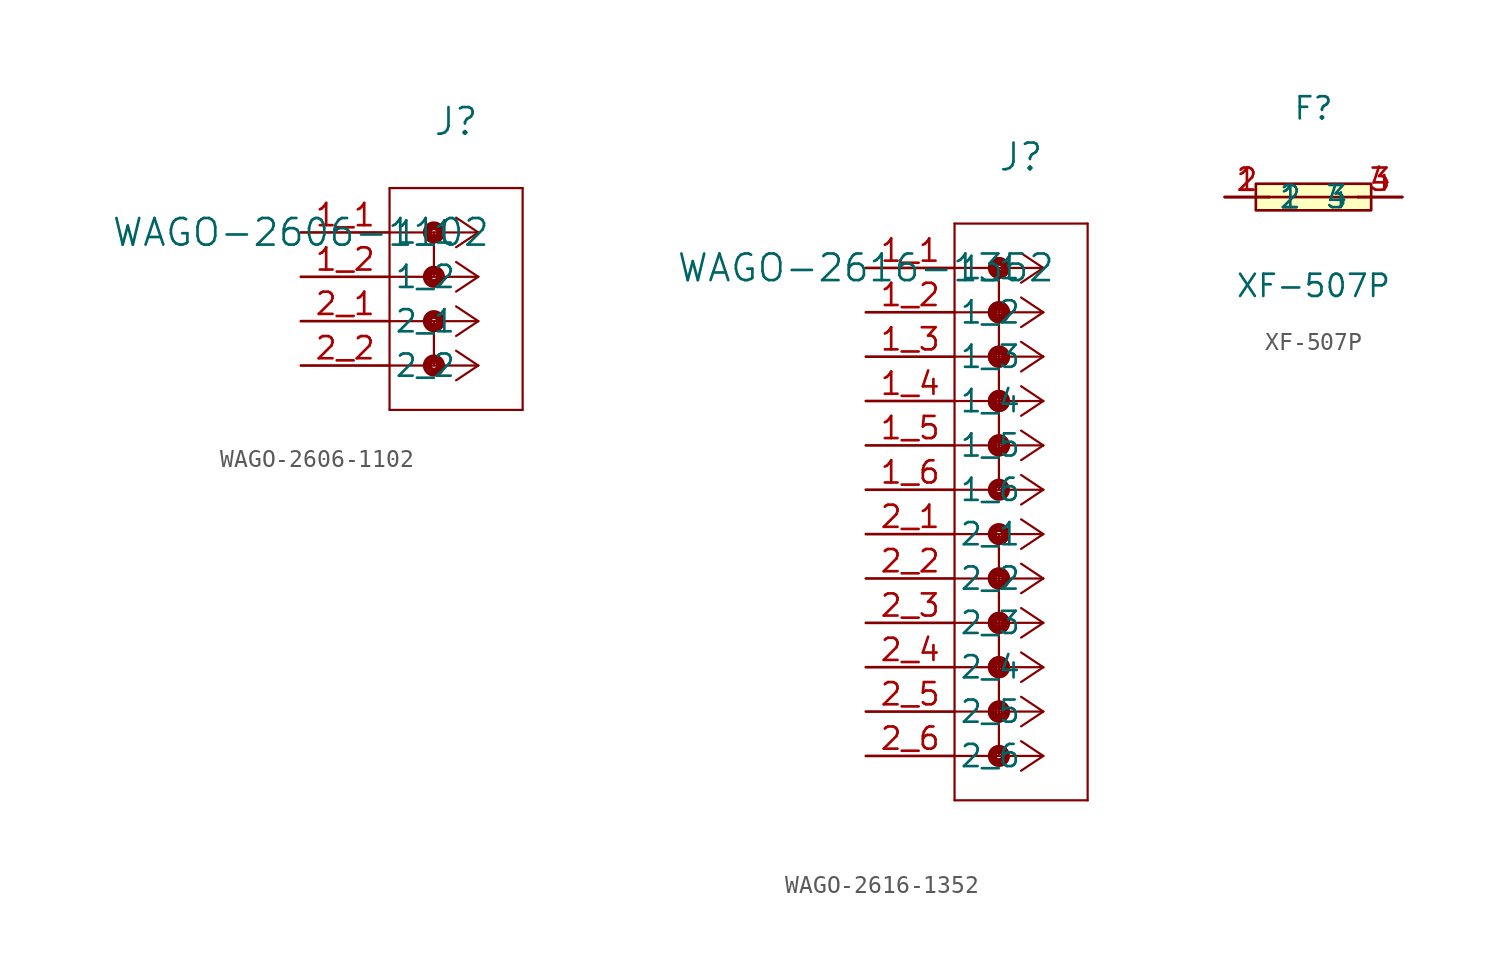
<source format=kicad_sym>
(kicad_symbol_lib
  (version 20231120)
  (generator "kicad_symbol_editor")
  (generator_version "8.0")
  (symbol "WAGO-2606-1102"
    (pin_names
      (offset 0.254))
    (property "Reference" "J"
      (at 8.89 6.35 0)
      (effects (font (size 1.524 1.524))))
    (property "Value" "WAGO-2606-1102"
      (at 0 0 0)
      (effects (font (size 1.524 1.524))))
    (symbol "WAGO-2606-1102_1_1"
      (polyline (pts (xy 5.08 -10.16) (xy 12.7 -10.16)) (stroke (width 0.127) (type default)) (fill (type none)))
      (polyline (pts (xy 5.08 2.54) (xy 5.08 -10.16)) (stroke (width 0.127) (type default)) (fill (type none)))
      (polyline (pts (xy 7.62 -5.08) (xy 7.62 -7.62)) (stroke (width 0.127) (type default)) (fill (type none)))
      (polyline (pts (xy 7.62 0) (xy 7.62 -2.54)) (stroke (width 0.127) (type default)) (fill (type none)))
      (polyline (pts (xy 10.16 -7.62) (xy 5.08 -7.62)) (stroke (width 0.127) (type default)) (fill (type none)))
      (polyline (pts (xy 10.16 -7.62) (xy 8.89 -8.467)) (stroke (width 0.127) (type default)) (fill (type none)))
      (polyline (pts (xy 10.16 -7.62) (xy 8.89 -6.773)) (stroke (width 0.127) (type default)) (fill (type none)))
      (polyline (pts (xy 10.16 -5.08) (xy 5.08 -5.08)) (stroke (width 0.127) (type default)) (fill (type none)))
      (polyline (pts (xy 10.16 -5.08) (xy 8.89 -5.927)) (stroke (width 0.127) (type default)) (fill (type none)))
      (polyline (pts (xy 10.16 -5.08) (xy 8.89 -4.233)) (stroke (width 0.127) (type default)) (fill (type none)))
      (polyline (pts (xy 10.16 -2.54) (xy 5.08 -2.54)) (stroke (width 0.127) (type default)) (fill (type none)))
      (polyline (pts (xy 10.16 -2.54) (xy 8.89 -3.387)) (stroke (width 0.127) (type default)) (fill (type none)))
      (polyline (pts (xy 10.16 -2.54) (xy 8.89 -1.693)) (stroke (width 0.127) (type default)) (fill (type none)))
      (polyline (pts (xy 10.16 0) (xy 5.08 0)) (stroke (width 0.127) (type default)) (fill (type none)))
      (polyline (pts (xy 10.16 0) (xy 8.89 -0.847)) (stroke (width 0.127) (type default)) (fill (type none)))
      (polyline (pts (xy 10.16 0) (xy 8.89 0.847)) (stroke (width 0.127) (type default)) (fill (type none)))
      (polyline (pts (xy 12.7 -10.16) (xy 12.7 2.54)) (stroke (width 0.127) (type default)) (fill (type none)))
      (polyline (pts (xy 12.7 2.54) (xy 5.08 2.54)) (stroke (width 0.127) (type default)) (fill (type none)))
      (circle (center 7.62 -7.62) (radius 0.127) (stroke (width 0.508) (type default)) (fill (type none)))
      (circle (center 7.62 -5.08) (radius 0.127) (stroke (width 0.508) (type default)) (fill (type none)))
      (circle (center 7.62 -2.54) (radius 0.127) (stroke (width 0.508) (type default)) (fill (type none)))
      (circle (center 7.62 0) (radius 0.127) (stroke (width 0.508) (type default)) (fill (type none)))
      (pin unspecified line (at 0 0 0) (length 5.08) (name "1_1" (effects (font (size 1.27 1.27)))) (number "1_1" (effects (font (size 1.27 1.27)))))
      (pin unspecified line (at 0 -2.54 0) (length 5.08) (name "1_2" (effects (font (size 1.27 1.27)))) (number "1_2" (effects (font (size 1.27 1.27)))))
      (pin unspecified line (at 0 -5.08 0) (length 5.08) (name "2_1" (effects (font (size 1.27 1.27)))) (number "2_1" (effects (font (size 1.27 1.27)))))
      (pin unspecified line (at 0 -7.62 0) (length 5.08) (name "2_2" (effects (font (size 1.27 1.27)))) (number "2_2" (effects (font (size 1.27 1.27)))))))
  (symbol "WAGO-2616-1352"
    (pin_names
      (offset 0.254))
    (property "Reference" "J"
      (at 8.89 6.35 0)
      (effects (font (size 1.524 1.524))))
    (property "Value" "WAGO-2616-1352"
      (at 0 0 0)
      (effects (font (size 1.524 1.524))))
    (symbol "WAGO-2616-1352_0_1"
      (polyline (pts (xy 5.08 -30.48) (xy 12.7 -30.48)) (stroke (width 0.127) (type default)) (fill (type none)))
      (polyline (pts (xy 5.08 2.54) (xy 5.08 -30.48)) (stroke (width 0.127) (type default)) (fill (type none)))
      (polyline (pts (xy 7.62 -25.4) (xy 7.62 -27.94)) (stroke (width 0.127) (type default)) (fill (type none)))
      (polyline (pts (xy 7.62 -22.86) (xy 7.62 -25.4)) (stroke (width 0.127) (type default)) (fill (type none)))
      (polyline (pts (xy 7.62 -20.32) (xy 7.62 -22.86)) (stroke (width 0.127) (type default)) (fill (type none)))
      (polyline (pts (xy 7.62 -17.78) (xy 7.62 -20.32)) (stroke (width 0.127) (type default)) (fill (type none)))
      (polyline (pts (xy 7.62 -15.24) (xy 7.62 -17.78)) (stroke (width 0.127) (type default)) (fill (type none)))
      (polyline (pts (xy 7.62 -10.16) (xy 7.62 -12.7)) (stroke (width 0.127) (type default)) (fill (type none)))
      (polyline (pts (xy 7.62 -7.62) (xy 7.62 -10.16)) (stroke (width 0.127) (type default)) (fill (type none)))
      (polyline (pts (xy 7.62 -5.08) (xy 7.62 -7.62)) (stroke (width 0.127) (type default)) (fill (type none)))
      (polyline (pts (xy 7.62 -2.54) (xy 7.62 -5.08)) (stroke (width 0.127) (type default)) (fill (type none)))
      (polyline (pts (xy 7.62 0) (xy 7.62 -2.54)) (stroke (width 0.127) (type default)) (fill (type none)))
      (polyline (pts (xy 10.16 -27.94) (xy 5.08 -27.94)) (stroke (width 0.127) (type default)) (fill (type none)))
      (polyline (pts (xy 10.16 -27.94) (xy 8.89 -28.787)) (stroke (width 0.127) (type default)) (fill (type none)))
      (polyline (pts (xy 10.16 -27.94) (xy 8.89 -27.093)) (stroke (width 0.127) (type default)) (fill (type none)))
      (polyline (pts (xy 10.16 -25.4) (xy 5.08 -25.4)) (stroke (width 0.127) (type default)) (fill (type none)))
      (polyline (pts (xy 10.16 -25.4) (xy 8.89 -26.247)) (stroke (width 0.127) (type default)) (fill (type none)))
      (polyline (pts (xy 10.16 -25.4) (xy 8.89 -24.553)) (stroke (width 0.127) (type default)) (fill (type none)))
      (polyline (pts (xy 10.16 -22.86) (xy 5.08 -22.86)) (stroke (width 0.127) (type default)) (fill (type none)))
      (polyline (pts (xy 10.16 -22.86) (xy 8.89 -23.707)) (stroke (width 0.127) (type default)) (fill (type none)))
      (polyline (pts (xy 10.16 -22.86) (xy 8.89 -22.013)) (stroke (width 0.127) (type default)) (fill (type none)))
      (polyline (pts (xy 10.16 -20.32) (xy 5.08 -20.32)) (stroke (width 0.127) (type default)) (fill (type none)))
      (polyline (pts (xy 10.16 -20.32) (xy 8.89 -21.167)) (stroke (width 0.127) (type default)) (fill (type none)))
      (polyline (pts (xy 10.16 -20.32) (xy 8.89 -19.473)) (stroke (width 0.127) (type default)) (fill (type none)))
      (polyline (pts (xy 10.16 -17.78) (xy 5.08 -17.78)) (stroke (width 0.127) (type default)) (fill (type none)))
      (polyline (pts (xy 10.16 -17.78) (xy 8.89 -18.627)) (stroke (width 0.127) (type default)) (fill (type none)))
      (polyline (pts (xy 10.16 -17.78) (xy 8.89 -16.933)) (stroke (width 0.127) (type default)) (fill (type none)))
      (polyline (pts (xy 10.16 -15.24) (xy 5.08 -15.24)) (stroke (width 0.127) (type default)) (fill (type none)))
      (polyline (pts (xy 10.16 -15.24) (xy 8.89 -16.087)) (stroke (width 0.127) (type default)) (fill (type none)))
      (polyline (pts (xy 10.16 -15.24) (xy 8.89 -14.393)) (stroke (width 0.127) (type default)) (fill (type none)))
      (polyline (pts (xy 10.16 -12.7) (xy 5.08 -12.7)) (stroke (width 0.127) (type default)) (fill (type none)))
      (polyline (pts (xy 10.16 -12.7) (xy 8.89 -13.547)) (stroke (width 0.127) (type default)) (fill (type none)))
      (polyline (pts (xy 10.16 -12.7) (xy 8.89 -11.853)) (stroke (width 0.127) (type default)) (fill (type none)))
      (polyline (pts (xy 10.16 -10.16) (xy 5.08 -10.16)) (stroke (width 0.127) (type default)) (fill (type none)))
      (polyline (pts (xy 10.16 -10.16) (xy 8.89 -11.007)) (stroke (width 0.127) (type default)) (fill (type none)))
      (polyline (pts (xy 10.16 -10.16) (xy 8.89 -9.313)) (stroke (width 0.127) (type default)) (fill (type none)))
      (polyline (pts (xy 10.16 -7.62) (xy 5.08 -7.62)) (stroke (width 0.127) (type default)) (fill (type none)))
      (polyline (pts (xy 10.16 -7.62) (xy 8.89 -8.467)) (stroke (width 0.127) (type default)) (fill (type none)))
      (polyline (pts (xy 10.16 -7.62) (xy 8.89 -6.773)) (stroke (width 0.127) (type default)) (fill (type none)))
      (polyline (pts (xy 10.16 -5.08) (xy 5.08 -5.08)) (stroke (width 0.127) (type default)) (fill (type none)))
      (polyline (pts (xy 10.16 -5.08) (xy 8.89 -5.927)) (stroke (width 0.127) (type default)) (fill (type none)))
      (polyline (pts (xy 10.16 -5.08) (xy 8.89 -4.233)) (stroke (width 0.127) (type default)) (fill (type none)))
      (polyline (pts (xy 10.16 -2.54) (xy 5.08 -2.54)) (stroke (width 0.127) (type default)) (fill (type none)))
      (polyline (pts (xy 10.16 -2.54) (xy 8.89 -3.387)) (stroke (width 0.127) (type default)) (fill (type none)))
      (polyline (pts (xy 10.16 -2.54) (xy 8.89 -1.693)) (stroke (width 0.127) (type default)) (fill (type none)))
      (polyline (pts (xy 10.16 0) (xy 5.08 0)) (stroke (width 0.127) (type default)) (fill (type none)))
      (polyline (pts (xy 10.16 0) (xy 8.89 -0.847)) (stroke (width 0.127) (type default)) (fill (type none)))
      (polyline (pts (xy 10.16 0) (xy 8.89 0.847)) (stroke (width 0.127) (type default)) (fill (type none)))
      (polyline (pts (xy 12.7 -30.48) (xy 12.7 2.54)) (stroke (width 0.127) (type default)) (fill (type none)))
      (polyline (pts (xy 12.7 2.54) (xy 5.08 2.54)) (stroke (width 0.127) (type default)) (fill (type none)))
      (circle (center 7.62 -27.94) (radius 0.127) (stroke (width 0.508) (type default)) (fill (type none)))
      (circle (center 7.62 -25.4) (radius 0.127) (stroke (width 0.508) (type default)) (fill (type none)))
      (circle (center 7.62 -25.4) (radius 0.127) (stroke (width 0.508) (type default)) (fill (type none)))
      (circle (center 7.62 -22.86) (radius 0.127) (stroke (width 0.508) (type default)) (fill (type none)))
      (circle (center 7.62 -22.86) (radius 0.127) (stroke (width 0.508) (type default)) (fill (type none)))
      (circle (center 7.62 -20.32) (radius 0.127) (stroke (width 0.508) (type default)) (fill (type none)))
      (circle (center 7.62 -20.32) (radius 0.127) (stroke (width 0.508) (type default)) (fill (type none)))
      (circle (center 7.62 -17.78) (radius 0.127) (stroke (width 0.508) (type default)) (fill (type none)))
      (circle (center 7.62 -17.78) (radius 0.127) (stroke (width 0.508) (type default)) (fill (type none)))
      (circle (center 7.62 -15.24) (radius 0.127) (stroke (width 0.508) (type default)) (fill (type none)))
      (circle (center 7.62 -12.7) (radius 0.127) (stroke (width 0.508) (type default)) (fill (type none)))
      (circle (center 7.62 -10.16) (radius 0.127) (stroke (width 0.508) (type default)) (fill (type none)))
      (circle (center 7.62 -10.16) (radius 0.127) (stroke (width 0.508) (type default)) (fill (type none)))
      (circle (center 7.62 -7.62) (radius 0.127) (stroke (width 0.508) (type default)) (fill (type none)))
      (circle (center 7.62 -7.62) (radius 0.127) (stroke (width 0.508) (type default)) (fill (type none)))
      (circle (center 7.62 -5.08) (radius 0.127) (stroke (width 0.508) (type default)) (fill (type none)))
      (circle (center 7.62 -5.08) (radius 0.127) (stroke (width 0.508) (type default)) (fill (type none)))
      (circle (center 7.62 -2.54) (radius 0.127) (stroke (width 0.508) (type default)) (fill (type none)))
      (circle (center 7.62 -2.54) (radius 0.127) (stroke (width 0.508) (type default)) (fill (type none)))
      (circle (center 7.62 0) (radius 0.127) (stroke (width 0.508) (type default)) (fill (type none)))
      (pin unspecified line (at 0 0 0) (length 5.08) (name "1_1" (effects (font (size 1.27 1.27)))) (number "1_1" (effects (font (size 1.27 1.27)))))
      (pin unspecified line (at 0 -2.54 0) (length 5.08) (name "1_2" (effects (font (size 1.27 1.27)))) (number "1_2" (effects (font (size 1.27 1.27)))))
      (pin unspecified line (at 0 -5.08 0) (length 5.08) (name "1_3" (effects (font (size 1.27 1.27)))) (number "1_3" (effects (font (size 1.27 1.27)))))
      (pin unspecified line (at 0 -7.62 0) (length 5.08) (name "1_4" (effects (font (size 1.27 1.27)))) (number "1_4" (effects (font (size 1.27 1.27)))))
      (pin unspecified line (at 0 -10.16 0) (length 5.08) (name "1_5" (effects (font (size 1.27 1.27)))) (number "1_5" (effects (font (size 1.27 1.27)))))
      (pin unspecified line (at 0 -12.7 0) (length 5.08) (name "1_6" (effects (font (size 1.27 1.27)))) (number "1_6" (effects (font (size 1.27 1.27)))))
      (pin unspecified line (at 0 -15.24 0) (length 5.08) (name "2_1" (effects (font (size 1.27 1.27)))) (number "2_1" (effects (font (size 1.27 1.27)))))
      (pin unspecified line (at 0 -17.78 0) (length 5.08) (name "2_2" (effects (font (size 1.27 1.27)))) (number "2_2" (effects (font (size 1.27 1.27)))))
      (pin unspecified line (at 0 -20.32 0) (length 5.08) (name "2_3" (effects (font (size 1.27 1.27)))) (number "2_3" (effects (font (size 1.27 1.27)))))
      (pin unspecified line (at 0 -22.86 0) (length 5.08) (name "2_4" (effects (font (size 1.27 1.27)))) (number "2_4" (effects (font (size 1.27 1.27)))))
      (pin unspecified line (at 0 -25.4 0) (length 5.08) (name "2_5" (effects (font (size 1.27 1.27)))) (number "2_5" (effects (font (size 1.27 1.27)))))
      (pin unspecified line (at 0 -27.94 0) (length 5.08) (name "2_6" (effects (font (size 1.27 1.27)))) (number "2_6" (effects (font (size 1.27 1.27)))))))
  (symbol "XF-507P"
    (property "Reference" "F"
      (at 0 5.08 0)
      (effects (font (size 1.27 1.27))))
    (property "Value" "XF-507P"
      (at 0 -5.08 0)
      (effects (font (size 1.27 1.27))))
    (symbol "XF-507P_0_1"
      (rectangle (start -3.3 0.76) (end 3.3 -0.76) (stroke (width 0) (type default)) (fill (type background)))
      (polyline (pts (xy -2.54 0) (xy 2.54 0)) (stroke (width 0) (type default)) (fill (type none)))
      (pin unspecified line (at -5.08 0 0) (length 2.54) (name "1" (effects (font (size 1.27 1.27)))) (number "1" (effects (font (size 1.27 1.27)))))
      (pin unspecified line (at -5.08 0 0) (length 2.54) (name "2" (effects (font (size 1.27 1.27)))) (number "2" (effects (font (size 1.27 1.27)))))
      (pin unspecified line (at 5.08 0 180) (length 2.54) (name "3" (effects (font (size 1.27 1.27)))) (number "3" (effects (font (size 1.27 1.27)))))
      (pin unspecified line (at 5.08 0 180) (length 2.54) (name "4" (effects (font (size 1.27 1.27)))) (number "4" (effects (font (size 1.27 1.27))))))))
</source>
